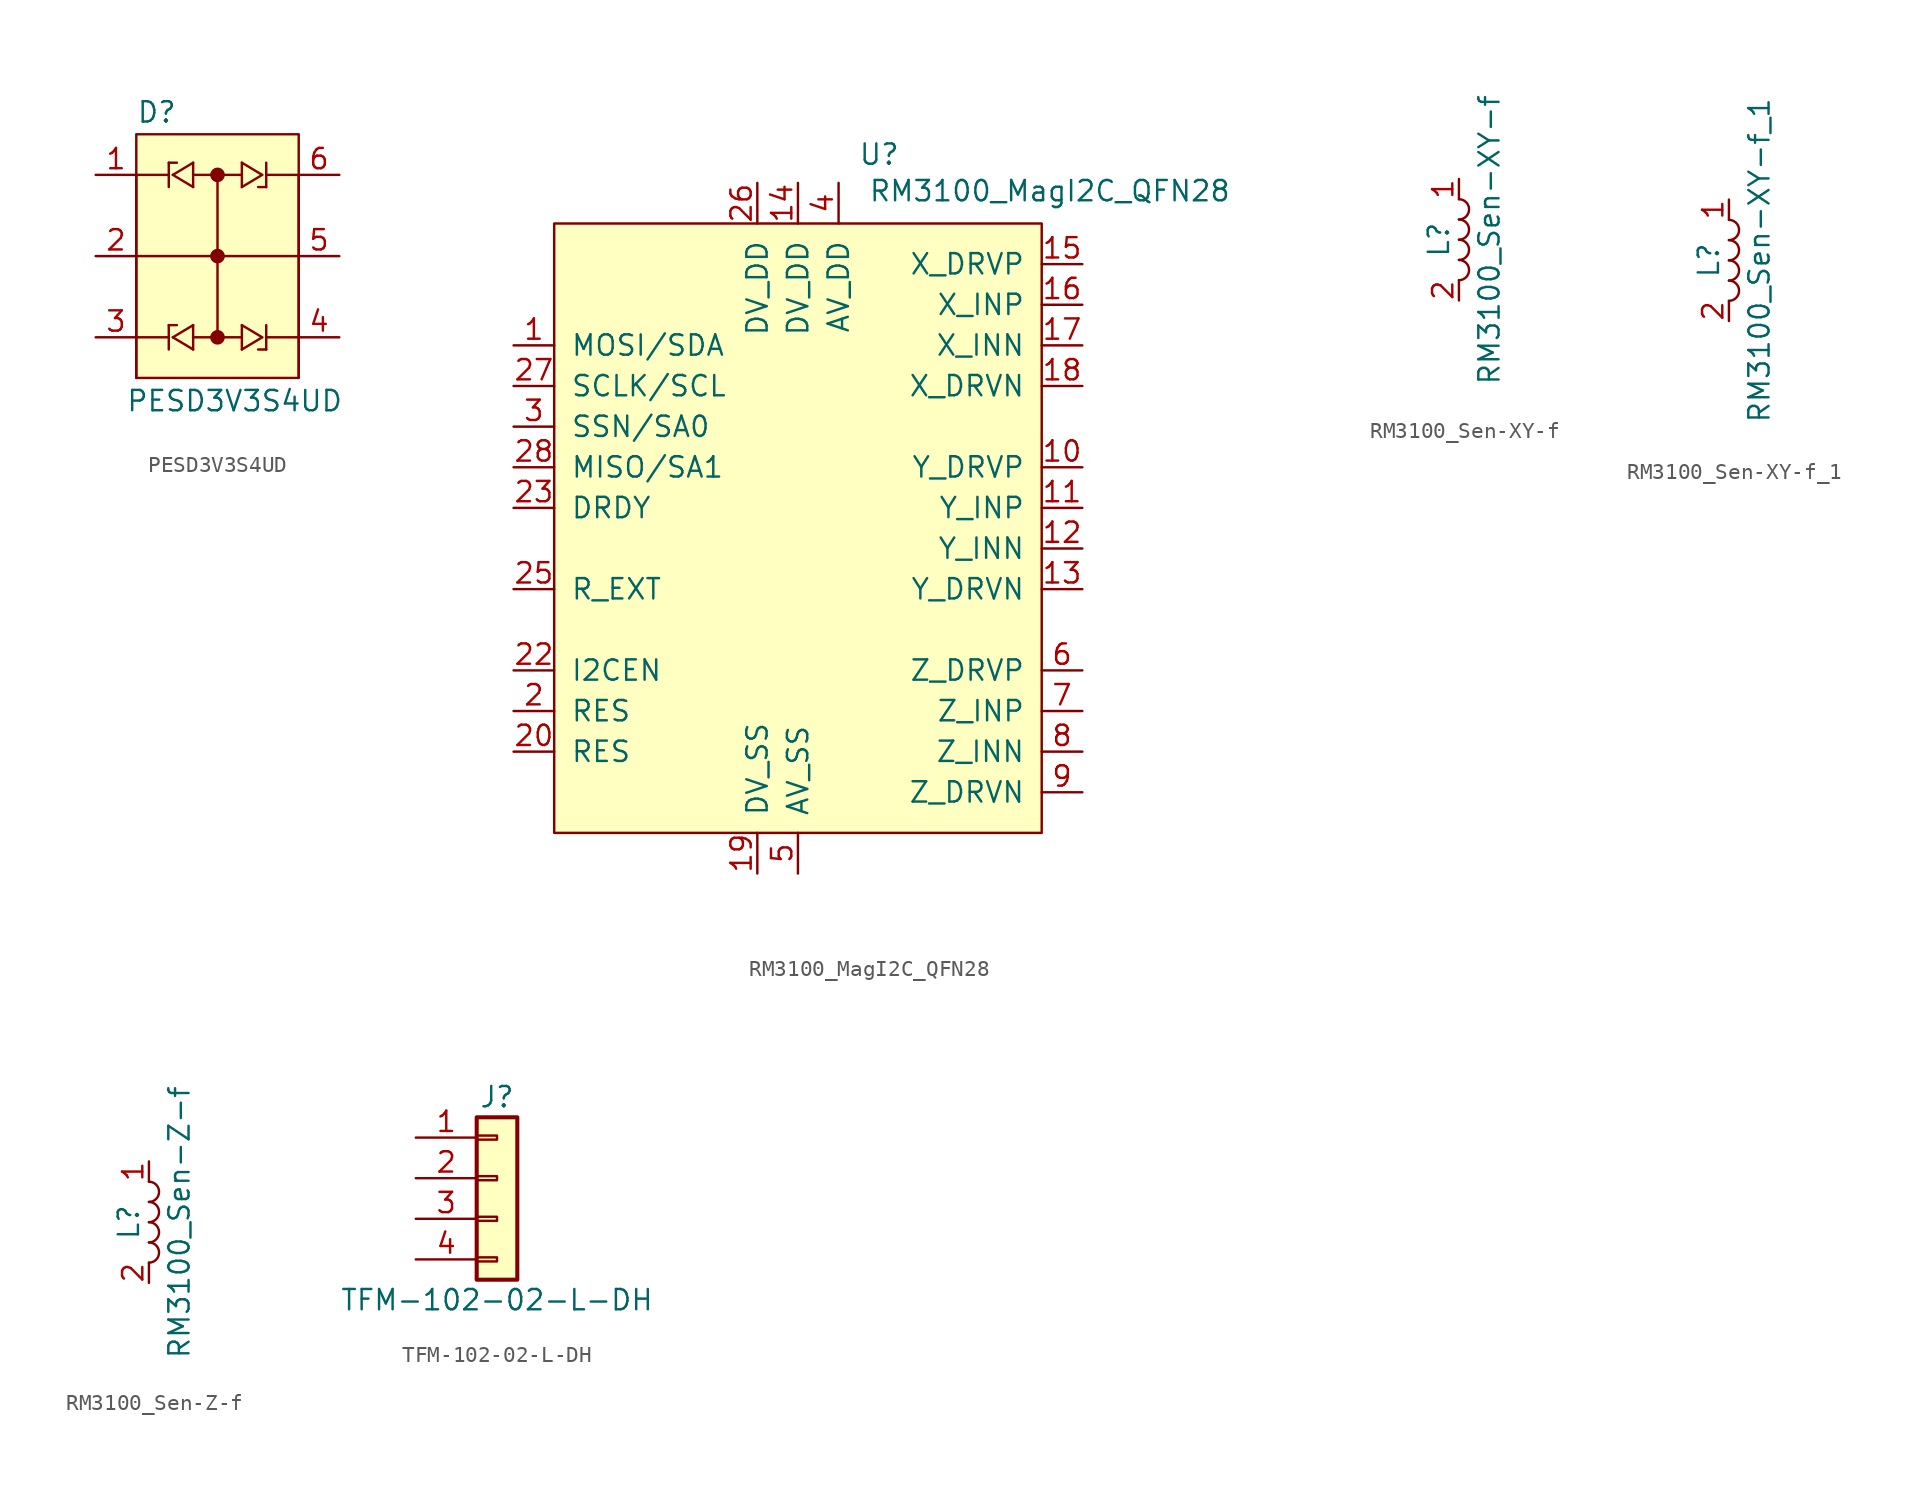
<source format=kicad_sym>
(kicad_symbol_lib
  (version 20231120)
  (generator "kicad_symbol_editor")
  (generator_version "8.0")
  (symbol "PESD3V3S4UD"
    (pin_names
      (offset 1.016))
    (property "Reference" "D"
      (at -5.08 8.255 0)
      (effects (font (size 1.27 1.27)) (justify left bottom)))
    (property "Value" "PESD3V3S4UD"
      (at -5.74 -9.804 0)
      (effects (font (size 1.27 1.27)) (justify left bottom)))
    (symbol "PESD3V3S4UD_1_0"
      (rectangle (start -5.08 7.62) (end 5.08 -7.62) (stroke (width 0) (type default)) (fill (type background)))
      (circle (center 0 -5.08) (radius 0.254) (stroke (width 0.406) (type default)) (fill (type none)))
      (polyline (pts (xy -5.08 -7.62) (xy -5.08 -5.08)) (stroke (width 0) (type default)) (fill (type none)))
      (polyline (pts (xy -5.08 -5.08) (xy -5.08 0)) (stroke (width 0) (type default)) (fill (type none)))
      (polyline (pts (xy -5.08 0) (xy -5.08 5.08)) (stroke (width 0) (type default)) (fill (type none)))
      (polyline (pts (xy -5.08 0) (xy 5.08 0)) (stroke (width 0) (type default)) (fill (type none)))
      (polyline (pts (xy -5.08 5.08) (xy -3.048 5.08)) (stroke (width 0) (type default)) (fill (type none)))
      (polyline (pts (xy -3.048 -5.842) (xy -3.048 -5.08)) (stroke (width 0) (type default)) (fill (type none)))
      (polyline (pts (xy -3.048 -5.08) (xy -5.08 -5.08)) (stroke (width 0) (type default)) (fill (type none)))
      (polyline (pts (xy -3.048 -5.08) (xy -3.048 -4.318)) (stroke (width 0) (type default)) (fill (type none)))
      (polyline (pts (xy -3.048 -4.318) (xy -2.54 -4.318)) (stroke (width 0) (type default)) (fill (type none)))
      (polyline (pts (xy -3.048 4.318) (xy -3.048 5.08)) (stroke (width 0) (type default)) (fill (type none)))
      (polyline (pts (xy -3.048 5.08) (xy -3.048 5.842)) (stroke (width 0) (type default)) (fill (type none)))
      (polyline (pts (xy -3.048 5.842) (xy -2.54 5.842)) (stroke (width 0) (type default)) (fill (type none)))
      (polyline (pts (xy -2.794 -5.08) (xy -1.524 -5.842)) (stroke (width 0) (type default)) (fill (type none)))
      (polyline (pts (xy -2.794 5.08) (xy -1.524 4.318)) (stroke (width 0) (type default)) (fill (type none)))
      (polyline (pts (xy -1.524 -5.842) (xy -1.524 -5.08)) (stroke (width 0) (type default)) (fill (type none)))
      (polyline (pts (xy -1.524 -5.08) (xy -1.524 -4.318)) (stroke (width 0) (type default)) (fill (type none)))
      (polyline (pts (xy -1.524 -4.318) (xy -2.794 -5.08)) (stroke (width 0) (type default)) (fill (type none)))
      (polyline (pts (xy -1.524 4.318) (xy -1.524 5.08)) (stroke (width 0) (type default)) (fill (type none)))
      (polyline (pts (xy -1.524 5.08) (xy -1.524 5.842)) (stroke (width 0) (type default)) (fill (type none)))
      (polyline (pts (xy -1.524 5.842) (xy -2.794 5.08)) (stroke (width 0) (type default)) (fill (type none)))
      (polyline (pts (xy 0 -5.08) (xy -1.524 -5.08)) (stroke (width 0) (type default)) (fill (type none)))
      (polyline (pts (xy 0 5.08) (xy -1.524 5.08)) (stroke (width 0) (type default)) (fill (type none)))
      (polyline (pts (xy 0 5.08) (xy 0 -5.08)) (stroke (width 0) (type default)) (fill (type none)))
      (polyline (pts (xy 1.524 -5.842) (xy 2.794 -5.08)) (stroke (width 0) (type default)) (fill (type none)))
      (polyline (pts (xy 1.524 -5.08) (xy 0 -5.08)) (stroke (width 0) (type default)) (fill (type none)))
      (polyline (pts (xy 1.524 -5.08) (xy 1.524 -5.842)) (stroke (width 0) (type default)) (fill (type none)))
      (polyline (pts (xy 1.524 -4.318) (xy 1.524 -5.08)) (stroke (width 0) (type default)) (fill (type none)))
      (polyline (pts (xy 1.524 4.318) (xy 2.794 5.08)) (stroke (width 0) (type default)) (fill (type none)))
      (polyline (pts (xy 1.524 5.08) (xy 0 5.08)) (stroke (width 0) (type default)) (fill (type none)))
      (polyline (pts (xy 1.524 5.08) (xy 1.524 4.318)) (stroke (width 0) (type default)) (fill (type none)))
      (polyline (pts (xy 1.524 5.842) (xy 1.524 5.08)) (stroke (width 0) (type default)) (fill (type none)))
      (polyline (pts (xy 2.794 -5.08) (xy 1.524 -4.318)) (stroke (width 0) (type default)) (fill (type none)))
      (polyline (pts (xy 2.794 5.08) (xy 1.524 5.842)) (stroke (width 0) (type default)) (fill (type none)))
      (polyline (pts (xy 3.048 -5.842) (xy 2.54 -5.842)) (stroke (width 0) (type default)) (fill (type none)))
      (polyline (pts (xy 3.048 -5.08) (xy 3.048 -5.842)) (stroke (width 0) (type default)) (fill (type none)))
      (polyline (pts (xy 3.048 -5.08) (xy 5.08 -5.08)) (stroke (width 0) (type default)) (fill (type none)))
      (polyline (pts (xy 3.048 -4.318) (xy 3.048 -5.08)) (stroke (width 0) (type default)) (fill (type none)))
      (polyline (pts (xy 3.048 4.318) (xy 2.54 4.318)) (stroke (width 0) (type default)) (fill (type none)))
      (polyline (pts (xy 3.048 5.08) (xy 3.048 4.318)) (stroke (width 0) (type default)) (fill (type none)))
      (polyline (pts (xy 3.048 5.08) (xy 5.08 5.08)) (stroke (width 0) (type default)) (fill (type none)))
      (polyline (pts (xy 3.048 5.842) (xy 3.048 5.08)) (stroke (width 0) (type default)) (fill (type none)))
      (polyline (pts (xy 5.08 -5.08) (xy 5.08 -7.62)) (stroke (width 0) (type default)) (fill (type none)))
      (polyline (pts (xy 5.08 0) (xy 5.08 -5.08)) (stroke (width 0) (type default)) (fill (type none)))
      (polyline (pts (xy 5.08 5.08) (xy 5.08 0)) (stroke (width 0) (type default)) (fill (type none)))
      (circle (center 0 0) (radius 0.254) (stroke (width 0.254) (type default)) (fill (type none)))
      (circle (center 0 0) (radius 0.254) (stroke (width 0.406) (type default)) (fill (type none)))
      (circle (center 0 5.08) (radius 0.254) (stroke (width 0.254) (type default)) (fill (type none)))
      (circle (center 0 5.08) (radius 0.254) (stroke (width 0.406) (type default)) (fill (type none)))
      (pin passive line (at -7.62 5.08 0) (length 2.54) (name "D1" (effects (font (size 0 0)))) (number "1" (effects (font (size 1.27 1.27)))))
      (pin power_in line (at -7.62 0 0) (length 2.54) (name "2" (effects (font (size 0 0)))) (number "2" (effects (font (size 1.27 1.27)))))
      (pin passive line (at -7.62 -5.08 0) (length 2.54) (name "D2" (effects (font (size 0 0)))) (number "3" (effects (font (size 1.27 1.27)))))
      (pin passive line (at 7.62 -5.08 180) (length 2.54) (name "D3" (effects (font (size 0 0)))) (number "4" (effects (font (size 1.27 1.27)))))
      (pin power_in line (at 7.62 0 180) (length 2.54) (name "5" (effects (font (size 0 0)))) (number "5" (effects (font (size 1.27 1.27)))))
      (pin passive line (at 7.62 5.08 180) (length 2.54) (name "D4" (effects (font (size 0 0)))) (number "6" (effects (font (size 1.27 1.27)))))))
  (symbol "RM3100_MagI2C_QFN28"
    (pin_names
      (offset 1.016))
    (property "Reference" "U"
      (at 5.08 24.638 0)
      (effects (font (size 1.27 1.27))))
    (property "Value" "RM3100_MagI2C_QFN28"
      (at 15.748 22.352 0)
      (effects (font (size 1.27 1.27))))
    (symbol "RM3100_MagI2C_QFN28_0_0"
      (pin output line (at 17.78 5.08 180) (length 2.54) (name "Y_DRVP" (effects (font (size 1.27 1.27)))) (number "10" (effects (font (size 1.27 1.27)))))
      (pin input line (at 17.78 2.54 180) (length 2.54) (name "Y_INP" (effects (font (size 1.27 1.27)))) (number "11" (effects (font (size 1.27 1.27)))))
      (pin output line (at 17.78 0 180) (length 2.54) (name "Y_INN" (effects (font (size 1.27 1.27)))) (number "12" (effects (font (size 1.27 1.27)))))
      (pin output line (at 17.78 -2.54 180) (length 2.54) (name "Y_DRVN" (effects (font (size 1.27 1.27)))) (number "13" (effects (font (size 1.27 1.27)))))
      (pin power_in line (at 0 22.86 270) (length 2.54) (name "DV_DD" (effects (font (size 1.27 1.27)))) (number "14" (effects (font (size 1.27 1.27)))))
      (pin output line (at 17.78 17.78 180) (length 2.54) (name "X_DRVP" (effects (font (size 1.27 1.27)))) (number "15" (effects (font (size 1.27 1.27)))))
      (pin input line (at 17.78 15.24 180) (length 2.54) (name "X_INP" (effects (font (size 1.27 1.27)))) (number "16" (effects (font (size 1.27 1.27)))))
      (pin input line (at 17.78 12.7 180) (length 2.54) (name "X_INN" (effects (font (size 1.27 1.27)))) (number "17" (effects (font (size 1.27 1.27)))))
      (pin output line (at 17.78 10.16 180) (length 2.54) (name "X_DRVN" (effects (font (size 1.27 1.27)))) (number "18" (effects (font (size 1.27 1.27)))))
      (pin power_in line (at -2.54 -20.32 90) (length 2.54) (name "DV_SS" (effects (font (size 1.27 1.27)))) (number "19" (effects (font (size 1.27 1.27)))))
      (pin input line (at -17.78 -12.7 0) (length 2.54) (name "RES" (effects (font (size 1.27 1.27)))) (number "20" (effects (font (size 1.27 1.27)))))
      (pin input line (at -17.78 -7.62 0) (length 2.54) (name "I2CEN" (effects (font (size 1.27 1.27)))) (number "22" (effects (font (size 1.27 1.27)))))
      (pin output line (at -17.78 2.54 0) (length 2.54) (name "DRDY" (effects (font (size 1.27 1.27)))) (number "23" (effects (font (size 1.27 1.27)))))
      (pin input line (at -17.78 -2.54 0) (length 2.54) (name "R_EXT" (effects (font (size 1.27 1.27)))) (number "25" (effects (font (size 1.27 1.27)))))
      (pin power_in line (at -2.54 22.86 270) (length 2.54) (name "DV_DD" (effects (font (size 1.27 1.27)))) (number "26" (effects (font (size 1.27 1.27)))))
      (pin input line (at -17.78 10.16 0) (length 2.54) (name "SCLK/SCL" (effects (font (size 1.27 1.27)))) (number "27" (effects (font (size 1.27 1.27)))))
      (pin input line (at -17.78 5.08 0) (length 2.54) (name "MISO/SA1" (effects (font (size 1.27 1.27)))) (number "28" (effects (font (size 1.27 1.27)))))
      (pin power_in line (at 2.54 22.86 270) (length 2.54) (name "AV_DD" (effects (font (size 1.27 1.27)))) (number "4" (effects (font (size 1.27 1.27)))))
      (pin power_in line (at 0 -20.32 90) (length 2.54) (name "AV_SS" (effects (font (size 1.27 1.27)))) (number "5" (effects (font (size 1.27 1.27)))))
      (pin output line (at 17.78 -7.62 180) (length 2.54) (name "Z_DRVP" (effects (font (size 1.27 1.27)))) (number "6" (effects (font (size 1.27 1.27)))))
      (pin input line (at 17.78 -10.16 180) (length 2.54) (name "Z_INP" (effects (font (size 1.27 1.27)))) (number "7" (effects (font (size 1.27 1.27)))))
      (pin input line (at 17.78 -12.7 180) (length 2.54) (name "Z_INN" (effects (font (size 1.27 1.27)))) (number "8" (effects (font (size 1.27 1.27)))))
      (pin output line (at 17.78 -15.24 180) (length 2.54) (name "Z_DRVN" (effects (font (size 1.27 1.27)))) (number "9" (effects (font (size 1.27 1.27))))))
    (symbol "RM3100_MagI2C_QFN28_0_1"
      (rectangle (start -15.24 20.32) (end 15.24 -17.78) (stroke (width 0) (type default)) (fill (type background))))
    (symbol "RM3100_MagI2C_QFN28_1_1"
      (pin bidirectional line (at -17.78 12.7 0) (length 2.54) (name "MOSI/SDA" (effects (font (size 1.27 1.27)))) (number "1" (effects (font (size 1.27 1.27)))))
      (pin input line (at -17.78 -10.16 0) (length 2.54) (name "RES" (effects (font (size 1.27 1.27)))) (number "2" (effects (font (size 1.27 1.27)))))
      (pin input line (at -17.78 7.62 0) (length 2.54) (name "SSN/SA0" (effects (font (size 1.27 1.27)))) (number "3" (effects (font (size 1.27 1.27)))))))
  (symbol "RM3100_Sen-XY-f"
    (pin_names
      (offset 1.016) hide)
    (property "Reference" "L"
      (at -1.27 0 90)
      (effects (font (size 1.27 1.27))))
    (property "Value" "RM3100_Sen-XY-f"
      (at 1.905 0 90)
      (effects (font (size 1.27 1.27))))
    (symbol "RM3100_Sen-XY-f_1_1"
      (arc (start 0 -2.54) (mid 0.6323 -1.905) (end 0 -1.27) (stroke (width 0) (type default)) (fill (type none)))
      (arc (start 0 -1.27) (mid 0.6323 -0.635) (end 0 0) (stroke (width 0) (type default)) (fill (type none)))
      (arc (start 0 0) (mid 0.6323 0.635) (end 0 1.27) (stroke (width 0) (type default)) (fill (type none)))
      (arc (start 0 1.27) (mid 0.6323 1.905) (end 0 2.54) (stroke (width 0) (type default)) (fill (type none)))
      (pin passive line (at 0 3.81 270) (length 1.27) (name "1" (effects (font (size 1.27 1.27)))) (number "1" (effects (font (size 1.27 1.27)))))
      (pin passive line (at 0 -3.81 90) (length 1.27) (name "2" (effects (font (size 1.27 1.27)))) (number "2" (effects (font (size 1.27 1.27)))))))
  (symbol "RM3100_Sen-XY-f_1"
    (pin_names
      (offset 1.016) hide)
    (property "Reference" "L"
      (at -1.27 0 90)
      (effects (font (size 1.27 1.27))))
    (property "Value" "RM3100_Sen-XY-f_1"
      (at 1.905 0 90)
      (effects (font (size 1.27 1.27))))
    (symbol "RM3100_Sen-XY-f_1_1_1"
      (arc (start 0 -2.54) (mid 0.6323 -1.905) (end 0 -1.27) (stroke (width 0) (type default)) (fill (type none)))
      (arc (start 0 -1.27) (mid 0.6323 -0.635) (end 0 0) (stroke (width 0) (type default)) (fill (type none)))
      (arc (start 0 0) (mid 0.6323 0.635) (end 0 1.27) (stroke (width 0) (type default)) (fill (type none)))
      (arc (start 0 1.27) (mid 0.6323 1.905) (end 0 2.54) (stroke (width 0) (type default)) (fill (type none)))
      (pin passive line (at 0 3.81 270) (length 1.27) (name "1" (effects (font (size 1.27 1.27)))) (number "1" (effects (font (size 1.27 1.27)))))
      (pin passive line (at 0 -3.81 90) (length 1.27) (name "2" (effects (font (size 1.27 1.27)))) (number "2" (effects (font (size 1.27 1.27)))))))
  (symbol "RM3100_Sen-Z-f"
    (pin_names
      (offset 1.016) hide)
    (property "Reference" "L"
      (at -1.27 0 90)
      (effects (font (size 1.27 1.27))))
    (property "Value" "RM3100_Sen-Z-f"
      (at 1.905 0 90)
      (effects (font (size 1.27 1.27))))
    (symbol "RM3100_Sen-Z-f_0_1"
      (arc (start 0 -2.54) (mid 0.6323 -1.905) (end 0 -1.27) (stroke (width 0) (type default)) (fill (type none)))
      (arc (start 0 -1.27) (mid 0.6323 -0.635) (end 0 0) (stroke (width 0) (type default)) (fill (type none)))
      (arc (start 0 0) (mid 0.6323 0.635) (end 0 1.27) (stroke (width 0) (type default)) (fill (type none)))
      (arc (start 0 1.27) (mid 0.6323 1.905) (end 0 2.54) (stroke (width 0) (type default)) (fill (type none))))
    (symbol "RM3100_Sen-Z-f_1_1"
      (pin passive line (at 0 3.81 270) (length 1.27) (name "1" (effects (font (size 1.27 1.27)))) (number "1" (effects (font (size 1.27 1.27)))))
      (pin passive line (at 0 -3.81 90) (length 1.27) (name "2" (effects (font (size 1.27 1.27)))) (number "2" (effects (font (size 1.27 1.27)))))))
  (symbol "TFM-102-02-L-DH"
    (pin_names
      (offset 1.016) hide)
    (property "Reference" "J"
      (at 0 5.08 0)
      (effects (font (size 1.27 1.27))))
    (property "Value" "TFM-102-02-L-DH"
      (at 0 -7.62 0)
      (effects (font (size 1.27 1.27))))
    (symbol "TFM-102-02-L-DH_1_1"
      (rectangle (start -1.27 -4.953) (end 0 -5.207) (stroke (width 0.152) (type default)) (fill (type none)))
      (rectangle (start -1.27 -2.413) (end 0 -2.667) (stroke (width 0.152) (type default)) (fill (type none)))
      (rectangle (start -1.27 0.127) (end 0 -0.127) (stroke (width 0.152) (type default)) (fill (type none)))
      (rectangle (start -1.27 2.667) (end 0 2.413) (stroke (width 0.152) (type default)) (fill (type none)))
      (rectangle (start -1.27 3.81) (end 1.27 -6.35) (stroke (width 0.254) (type default)) (fill (type background)))
      (pin passive line (at -5.08 2.54 0) (length 3.81) (name "Pin_1" (effects (font (size 1.27 1.27)))) (number "1" (effects (font (size 1.27 1.27)))))
      (pin passive line (at -5.08 0 0) (length 3.81) (name "Pin_2" (effects (font (size 1.27 1.27)))) (number "2" (effects (font (size 1.27 1.27)))))
      (pin passive line (at -5.08 -2.54 0) (length 3.81) (name "Pin_3" (effects (font (size 1.27 1.27)))) (number "3" (effects (font (size 1.27 1.27)))))
      (pin passive line (at -5.08 -5.08 0) (length 3.81) (name "Pin_4" (effects (font (size 1.27 1.27)))) (number "4" (effects (font (size 1.27 1.27))))))))
</source>
